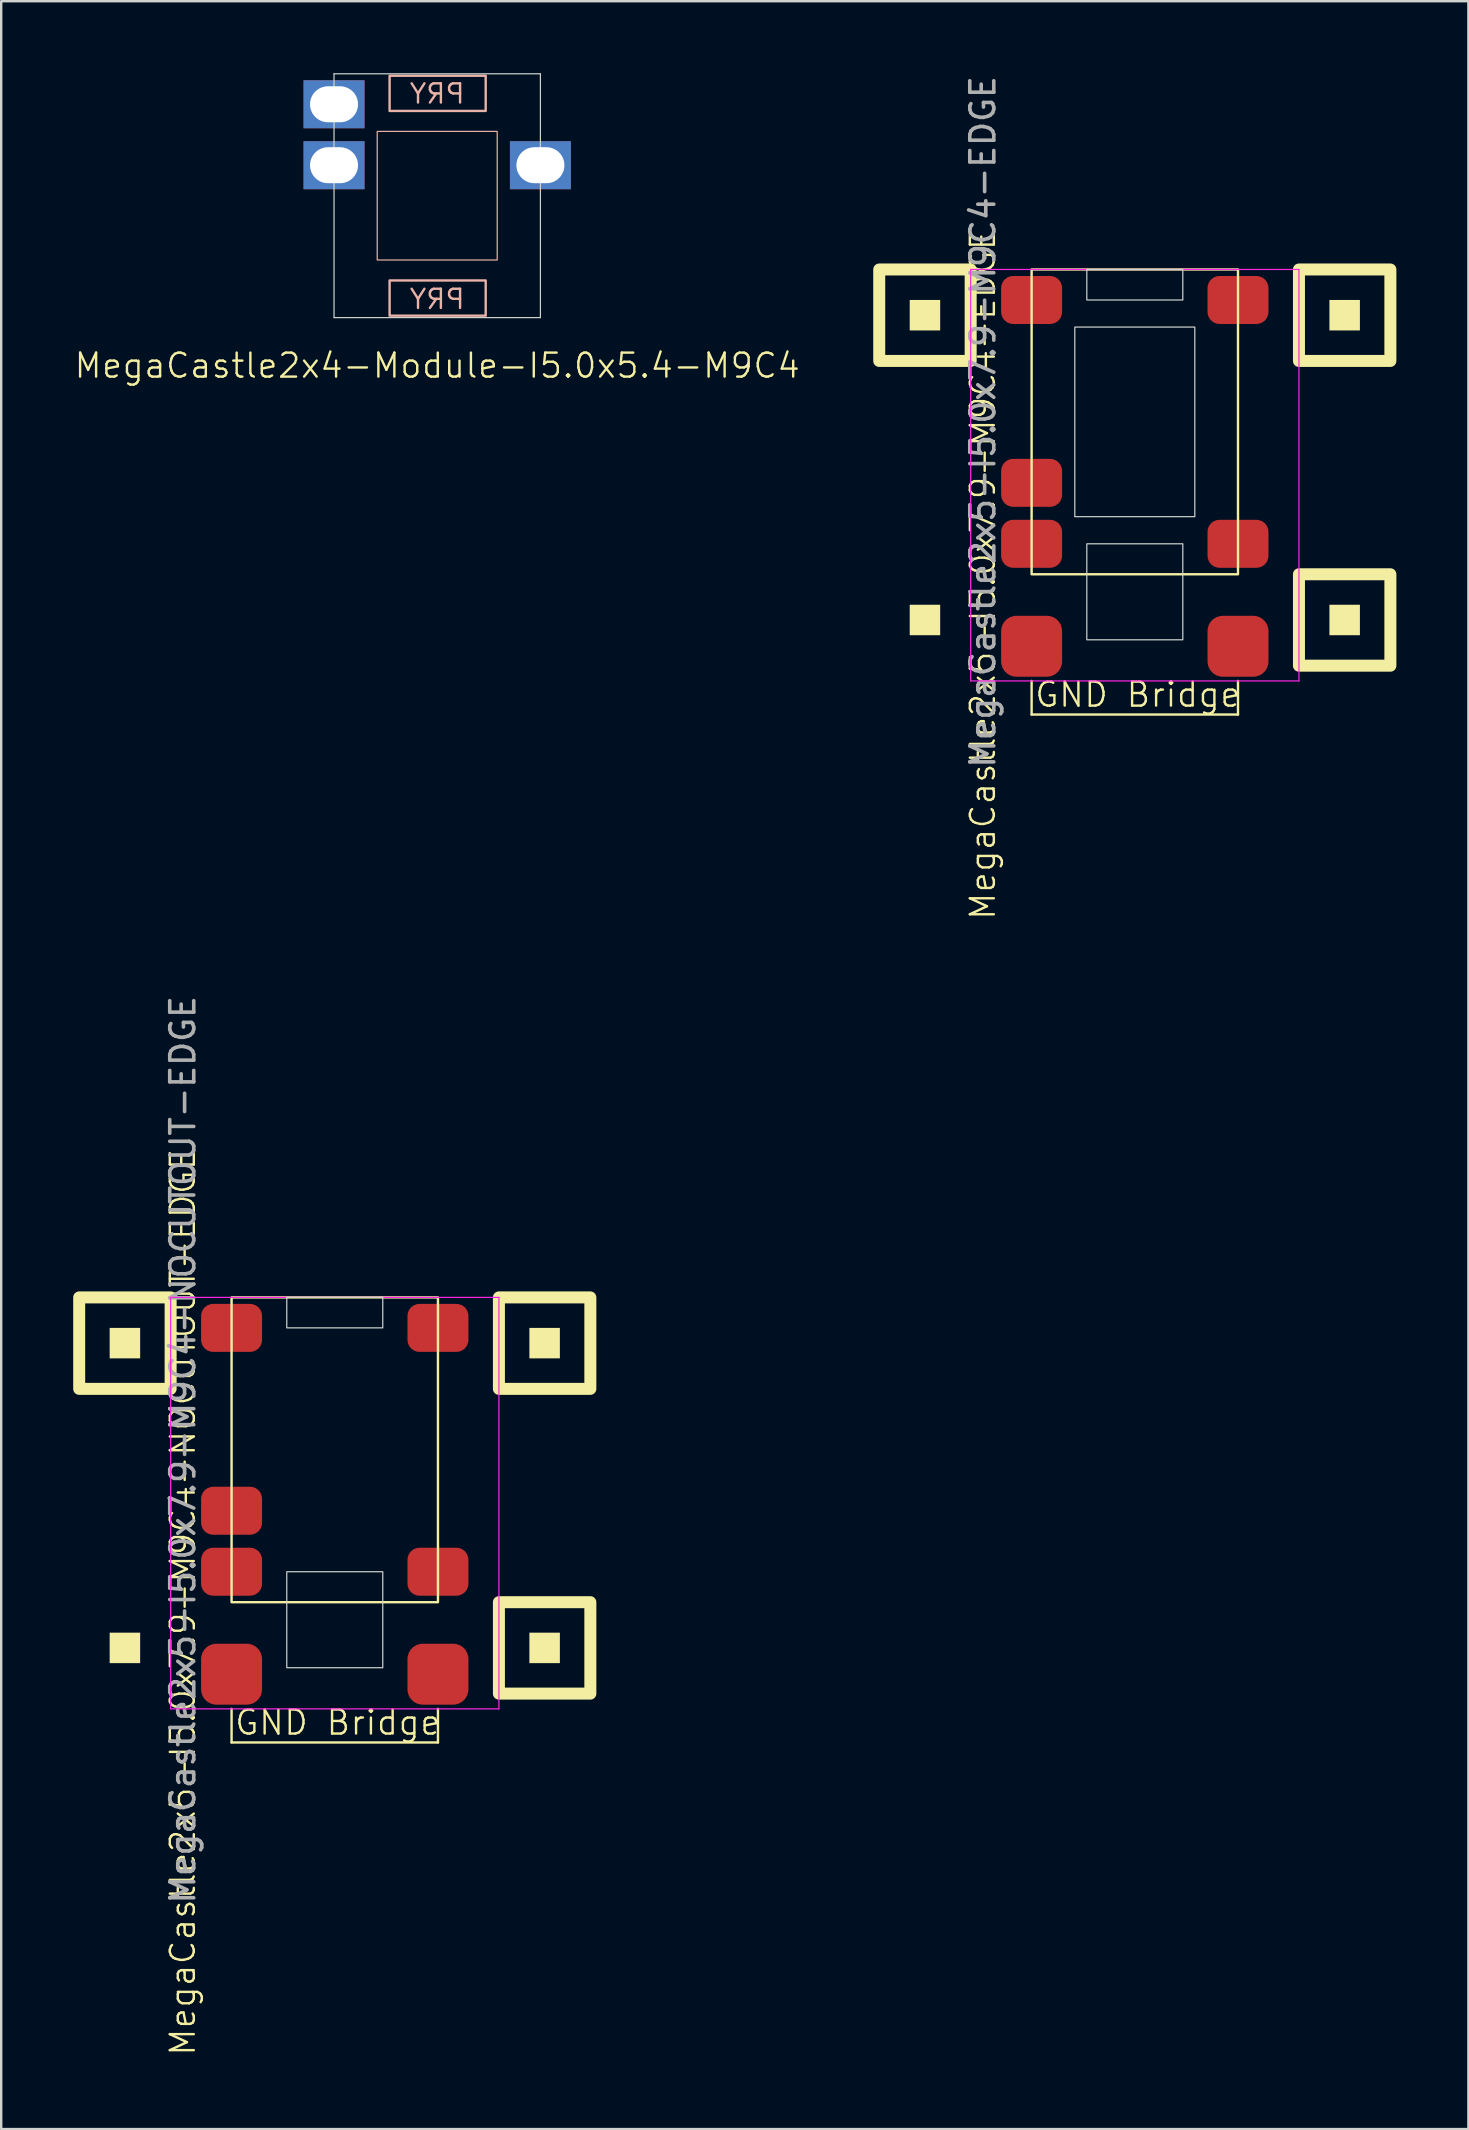
<source format=kicad_pcb>
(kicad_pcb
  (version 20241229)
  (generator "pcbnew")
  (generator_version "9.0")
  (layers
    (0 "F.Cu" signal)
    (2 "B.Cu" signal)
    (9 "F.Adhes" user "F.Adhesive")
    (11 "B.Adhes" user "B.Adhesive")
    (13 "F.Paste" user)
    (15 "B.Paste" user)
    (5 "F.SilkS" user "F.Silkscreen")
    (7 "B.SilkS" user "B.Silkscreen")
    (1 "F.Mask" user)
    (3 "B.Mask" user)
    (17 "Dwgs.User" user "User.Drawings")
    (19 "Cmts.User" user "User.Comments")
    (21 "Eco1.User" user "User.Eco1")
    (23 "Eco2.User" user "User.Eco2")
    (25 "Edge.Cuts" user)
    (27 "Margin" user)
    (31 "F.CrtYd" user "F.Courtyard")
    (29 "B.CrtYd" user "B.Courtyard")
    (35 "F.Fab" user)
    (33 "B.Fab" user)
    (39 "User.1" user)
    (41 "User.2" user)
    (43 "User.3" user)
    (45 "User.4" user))
  (footprint "MegaCastle2x4-Module-I5.0x5.4-M9C4"
    (layer "F.Cu")
    (at 15.169 5.105)
    (property "Reference" "MegaCastle2x4-Module-I5.0x5.4-M9C4" (at 0 7.08 0) (unlocked yes) (layer "F.SilkS") (effects (font (size 1 1) (thickness 0.1))))
    (attr smd)
    (fp_rect (start -2.5 2.68) (end 2.5 -2.68) (stroke (width 0.05) (type default)) (fill no) (layer "B.SilkS"))
    (fp_rect (start -1.984 -3.531) (end 2.02 -5) (stroke (width 0.1) (type default)) (fill no) (layer "B.SilkS"))
    (fp_rect (start -1.984 3.531) (end 2.02 5) (stroke (width 0.1) (type default)) (fill no) (layer "B.SilkS"))
    (fp_line (start -4.3 -5.08) (end -4.3 5.08) (stroke (width 0.05) (type default)) (layer "Edge.Cuts"))
    (fp_line (start -4.3 -5.08) (end 4.3 -5.08) (stroke (width 0.05) (type default)) (layer "Edge.Cuts"))
    (fp_line (start -4.3 5.08) (end 4.3 5.08) (stroke (width 0.05) (type default)) (layer "Edge.Cuts"))
    (fp_line (start 4.3 -5.08) (end 4.3 5.08) (stroke (width 0.05) (type default)) (layer "Edge.Cuts"))
    (fp_text user "PRY" (at 0 -3.78 0) (unlocked yes) (layer "B.SilkS") (effects (font (size 0.8 0.8) (thickness 0.1)) (justify bottom mirror)))
    (fp_text user "PRY" (at 0 4.78 0) (unlocked yes) (layer "B.SilkS") (effects (font (size 0.8 0.8) (thickness 0.1)) (justify bottom mirror)))
    (pad "1" thru_hole rect (at -4.3 -3.81) (size 2.54 2) (drill oval 2 1.5) (property pad_prop_castellated) (layers "*.Cu" "*.Mask"))
    (pad "2" thru_hole rect (at -4.3 -1.27) (size 2.54 2) (drill oval 2 1.5) (property pad_prop_castellated) (layers "*.Cu" "*.Mask"))
    (pad "6" thru_hole rect (at 4.3 -1.27) (size 2.54 2) (drill oval 2 1.5) (property pad_prop_castellated) (layers "*.Cu" "*.Mask"))
    (zone (net_name "") (layer "B.Cu") (hatch edge 0.5) (connect_pads) (min_thickness 0.25) (filled_areas_thickness no) (keepout (tracks allowed) (vias allowed) (pads allowed) (copperpour allowed) (footprints not_allowed)) (placement (enabled no)) (fill) (polygon (pts (xy 10.869 10.185) (xy 10.869 0.025) (xy 12.669 0.025) (xy 12.669 10.185))))
    (zone (net_name "") (layer "B.Cu") (hatch edge 0.5) (connect_pads) (min_thickness 0.25) (filled_areas_thickness no) (keepout (tracks allowed) (vias allowed) (pads allowed) (copperpour allowed) (footprints not_allowed)) (placement (enabled no)) (fill) (polygon (pts (xy 12.669 0.025) (xy 12.669 2.425) (xy 17.669 2.425) (xy 17.669 0.025))))
    (zone (net_name "") (layer "B.Cu") (hatch edge 0.5) (connect_pads) (min_thickness 0.25) (filled_areas_thickness no) (keepout (tracks allowed) (vias allowed) (pads allowed) (copperpour allowed) (footprints not_allowed)) (placement (enabled no)) (fill) (polygon (pts (xy 12.669 10.185) (xy 12.669 7.785) (xy 17.669 7.785) (xy 17.669 10.185))))
    (zone (net_name "") (layer "B.Cu") (name "Upper Pry Zone") (hatch edge 0.5) (connect_pads) (min_thickness 0.25) (filled_areas_thickness no) (keepout (tracks not_allowed) (vias not_allowed) (pads not_allowed) (copperpour allowed) (footprints not_allowed)) (placement (enabled no)) (fill) (polygon (pts (xy 13.185 1.574) (xy 13.185 0.105) (xy 17.189 0.105) (xy 17.189 1.574))))
    (zone (net_name "") (layer "B.Cu") (name "Upper Pry Zone") (hatch edge 0.5) (connect_pads) (min_thickness 0.25) (filled_areas_thickness no) (keepout (tracks not_allowed) (vias not_allowed) (pads not_allowed) (copperpour allowed) (footprints not_allowed)) (placement (enabled no)) (fill) (polygon (pts (xy 13.185 8.636) (xy 13.185 10.105) (xy 17.189 10.105) (xy 17.189 8.636))))
    (zone (net_name "") (layer "B.Cu") (hatch edge 0.5) (connect_pads) (min_thickness 0.25) (filled_areas_thickness no) (keepout (tracks allowed) (vias allowed) (pads allowed) (copperpour allowed) (footprints not_allowed)) (placement (enabled no)) (fill) (polygon (pts (xy 19.469 10.185) (xy 19.469 0.025) (xy 17.669 0.025) (xy 17.669 10.185)))))
  (footprint "MegaCastle2x5-I5.0x7.9-M9C4-NOCUTOUT-EDGE"
    (layer "F.Cu")
    (at 10.9 57.364)
    (property "Reference" "MegaCastle2x5-I5.0x7.9-M9C4-NOCUTOUT-EDGE" (at -6.332 6.35 90) (unlocked yes) (layer "F.SilkS") (effects (font (size 1 1) (thickness 0.1))))
    (attr smd)
    (fp_line (start -4.3 10.795) (end -4.3 12.195) (stroke (width 0.1) (type default)) (layer "F.SilkS"))
    (fp_line (start -4.3 12.195) (end 4.3 12.195) (stroke (width 0.1) (type default)) (layer "F.SilkS"))
    (fp_line (start 4.3 10.795) (end 4.3 12.195) (stroke (width 0.1) (type default)) (layer "F.SilkS"))
    (fp_rect (start -8.11 -3.81) (end -9.38 -5.08) (stroke (width 0) (type solid)) (fill yes) (layer "F.SilkS"))
    (fp_rect (start -8.11 8.89) (end -9.38 7.62) (stroke (width 0) (type solid)) (fill yes) (layer "F.SilkS"))
    (fp_rect (start -6.84 -2.54) (end -10.65 -6.35) (stroke (width 0.5) (type default)) (fill no) (layer "F.SilkS"))
    (fp_rect (start -4.3 -6.35) (end 4.3 6.35) (stroke (width 0.1) (type default)) (fill no) (layer "F.SilkS"))
    (fp_rect (start 9.38 -3.81) (end 8.11 -5.08) (stroke (width 0) (type solid)) (fill yes) (layer "F.SilkS"))
    (fp_rect (start 9.38 8.89) (end 8.11 7.62) (stroke (width 0) (type solid)) (fill yes) (layer "F.SilkS"))
    (fp_rect (start 10.65 -2.54) (end 6.84 -6.35) (stroke (width 0.5) (type default)) (fill no) (layer "F.SilkS"))
    (fp_rect (start 10.65 10.16) (end 6.84 6.35) (stroke (width 0.5) (type default)) (fill no) (layer "F.SilkS"))
    (fp_rect (start -2 -5.08) (end 2 -6.35) (stroke (width 0.05) (type default)) (fill no) (layer "Edge.Cuts"))
    (fp_rect (start -2 5.08) (end 2 9.08) (stroke (width 0.05) (type default)) (fill no) (layer "Edge.Cuts"))
    (fp_line (start -6.84 -6.35) (end -6.84 10.795) (stroke (width 0.05) (type default)) (layer "F.CrtYd"))
    (fp_line (start -6.84 10.795) (end 6.84 10.795) (stroke (width 0.05) (type default)) (layer "F.CrtYd"))
    (fp_line (start 6.84 -6.35) (end -6.84 -6.35) (stroke (width 0.05) (type default)) (layer "F.CrtYd"))
    (fp_line (start 6.84 -6.35) (end 6.84 10.795) (stroke (width 0.05) (type default)) (layer "F.CrtYd"))
    (fp_text user "GND Bridge" (at -4.226 11.95 0) (unlocked yes) (layer "F.SilkS") (effects (font (size 1 1) (thickness 0.1)) (justify left bottom)))
    (fp_text user "${REFERENCE}" (at -6.332 0 90) (unlocked yes) (layer "F.Fab") (effects (font (size 1 1) (thickness 0.15))))
    (pad "1" smd roundrect (at -4.3 -5.08) (size 2.54 2) (layers "F.Cu" "F.Mask" "F.Paste") (roundrect_rratio 0.25))
    (pad "4" smd roundrect (at -4.3 2.54) (size 2.54 2) (layers "F.Cu" "F.Mask" "F.Paste") (roundrect_rratio 0.25))
    (pad "5" smd roundrect (at -4.3 5.08) (size 2.54 2) (layers "F.Cu" "F.Mask" "F.Paste") (roundrect_rratio 0.25))
    (pad "6" smd roundrect (at 4.3 -5.08) (size 2.54 2) (layers "F.Cu" "F.Mask" "F.Paste") (roundrect_rratio 0.25))
    (pad "10" smd roundrect (at 4.3 5.08) (size 2.54 2) (layers "F.Cu" "F.Mask" "F.Paste") (roundrect_rratio 0.25))
    (pad "B1" smd roundrect (at -4.3 9.35) (size 2.54 2.54) (layers "F.Cu" "F.Mask" "F.Paste") (roundrect_rratio 0.25))
    (pad "B2" smd roundrect (at 4.3 9.35) (size 2.54 2.54) (layers "F.Cu" "F.Mask" "F.Paste") (roundrect_rratio 0.25)))
  (footprint "MegaCastle2x5-I5.0x7.9-M9C4-EDGE"
    (layer "F.Cu")
    (at 44.238 14.53)
    (property "Reference" "MegaCastle2x5-I5.0x7.9-M9C4-EDGE" (at -6.332 6.35 90) (unlocked yes) (layer "F.SilkS") (effects (font (size 1 1) (thickness 0.1))))
    (attr smd)
    (fp_line (start -4.3 10.795) (end -4.3 12.195) (stroke (width 0.1) (type default)) (layer "F.SilkS"))
    (fp_line (start -4.3 12.195) (end 4.3 12.195) (stroke (width 0.1) (type default)) (layer "F.SilkS"))
    (fp_line (start 4.3 10.795) (end 4.3 12.195) (stroke (width 0.1) (type default)) (layer "F.SilkS"))
    (fp_rect (start -8.11 -3.81) (end -9.38 -5.08) (stroke (width 0) (type solid)) (fill yes) (layer "F.SilkS"))
    (fp_rect (start -8.11 8.89) (end -9.38 7.62) (stroke (width 0) (type solid)) (fill yes) (layer "F.SilkS"))
    (fp_rect (start -6.84 -2.54) (end -10.65 -6.35) (stroke (width 0.5) (type default)) (fill no) (layer "F.SilkS"))
    (fp_rect (start -4.3 -6.35) (end 4.3 6.35) (stroke (width 0.1) (type default)) (fill no) (layer "F.SilkS"))
    (fp_rect (start 9.38 -3.81) (end 8.11 -5.08) (stroke (width 0) (type solid)) (fill yes) (layer "F.SilkS"))
    (fp_rect (start 9.38 8.89) (end 8.11 7.62) (stroke (width 0) (type solid)) (fill yes) (layer "F.SilkS"))
    (fp_rect (start 10.65 -2.54) (end 6.84 -6.35) (stroke (width 0.5) (type default)) (fill no) (layer "F.SilkS"))
    (fp_rect (start 10.65 10.16) (end 6.84 6.35) (stroke (width 0.5) (type default)) (fill no) (layer "F.SilkS"))
    (fp_rect (start -2.5 -3.95) (end 2.5 3.95) (stroke (width 0.05) (type default)) (fill no) (layer "Edge.Cuts"))
    (fp_rect (start -2 -5.08) (end 2 -6.35) (stroke (width 0.05) (type default)) (fill no) (layer "Edge.Cuts"))
    (fp_rect (start -2 5.08) (end 2 9.08) (stroke (width 0.05) (type default)) (fill no) (layer "Edge.Cuts"))
    (fp_line (start -6.84 -6.35) (end -6.84 10.795) (stroke (width 0.05) (type default)) (layer "F.CrtYd"))
    (fp_line (start -6.84 10.795) (end 6.84 10.795) (stroke (width 0.05) (type default)) (layer "F.CrtYd"))
    (fp_line (start 6.84 -6.35) (end -6.84 -6.35) (stroke (width 0.05) (type default)) (layer "F.CrtYd"))
    (fp_line (start 6.84 -6.35) (end 6.84 10.795) (stroke (width 0.05) (type default)) (layer "F.CrtYd"))
    (fp_text user "GND Bridge" (at -4.226 11.95 0) (unlocked yes) (layer "F.SilkS") (effects (font (size 1 1) (thickness 0.1)) (justify left bottom)))
    (fp_text user "${REFERENCE}" (at -6.332 0 90) (unlocked yes) (layer "F.Fab") (effects (font (size 1 1) (thickness 0.15))))
    (pad "1" smd roundrect (at -4.3 -5.08) (size 2.54 2) (layers "F.Cu" "F.Mask" "F.Paste") (roundrect_rratio 0.25))
    (pad "4" smd roundrect (at -4.3 2.54) (size 2.54 2) (layers "F.Cu" "F.Mask" "F.Paste") (roundrect_rratio 0.25))
    (pad "5" smd roundrect (at -4.3 5.08) (size 2.54 2) (layers "F.Cu" "F.Mask" "F.Paste") (roundrect_rratio 0.25))
    (pad "6" smd roundrect (at 4.3 -5.08) (size 2.54 2) (layers "F.Cu" "F.Mask" "F.Paste") (roundrect_rratio 0.25))
    (pad "10" smd roundrect (at 4.3 5.08) (size 2.54 2) (layers "F.Cu" "F.Mask" "F.Paste") (roundrect_rratio 0.25))
    (pad "B1" smd roundrect (at -4.3 9.35) (size 2.54 2.54) (layers "F.Cu" "F.Mask" "F.Paste") (roundrect_rratio 0.25))
    (pad "B2" smd roundrect (at 4.3 9.35) (size 2.54 2.54) (layers "F.Cu" "F.Mask" "F.Paste") (roundrect_rratio 0.25)))
  (gr_rect
    (start -3 -3)
    (end 58.138 85.669)
    (stroke (width 0.1) (type default))
    (fill no)
    (layer "Edge.Cuts")))
</source>
